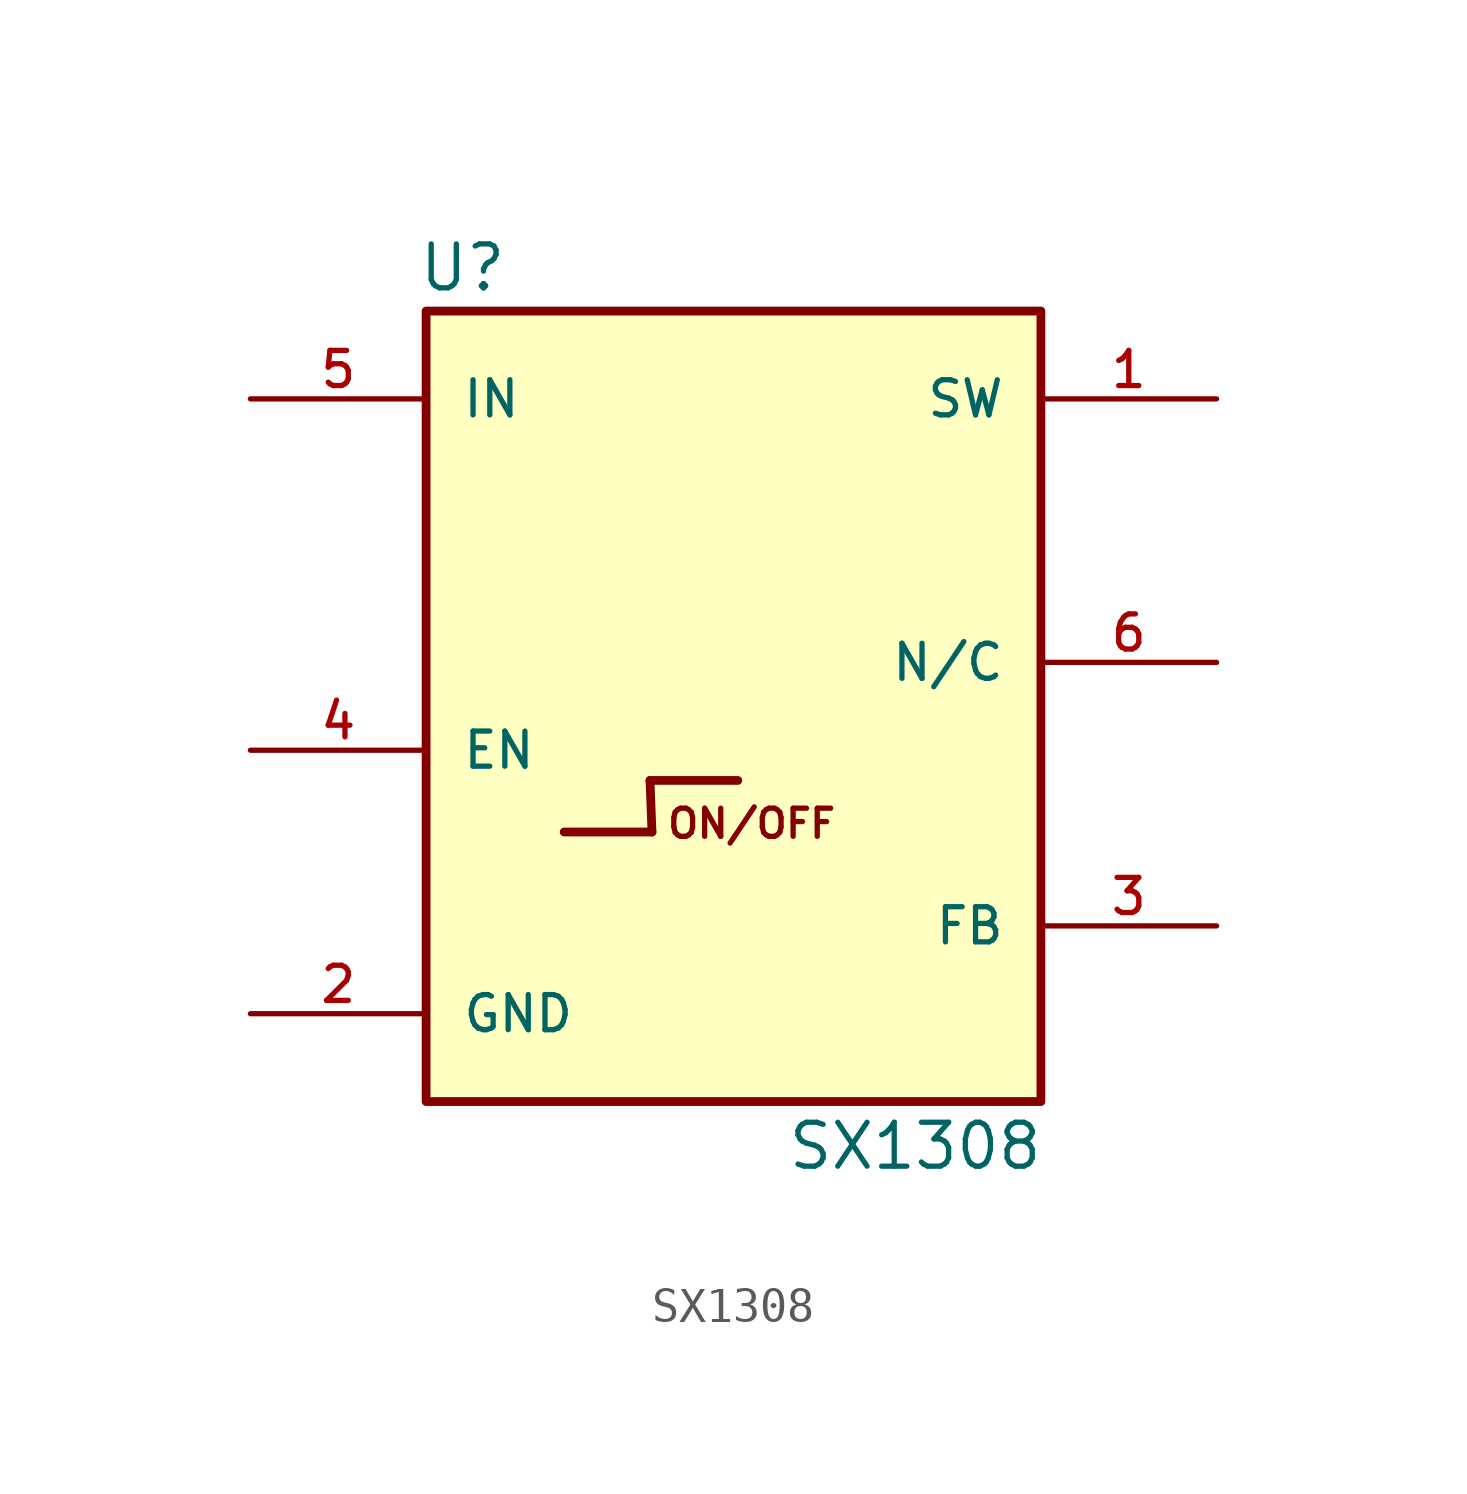
<source format=kicad_sym>
(kicad_symbol_lib
  (version 20231120)
  (generator "kicad_symbol_editor")
  (generator_version "8.0")
  (symbol "SX1308"
    (pin_names
      (offset 1.016))
    (property "Reference" "U"
      (at -18.034 15.748 0)
      (effects (font (size 1.27 1.27)) (justify left bottom)))
    (property "Value" "SX1308"
      (at -7.366 -9.652 0)
      (effects (font (size 1.27 1.27)) (justify left bottom)))
    (symbol "SX1308_0_0"
      (rectangle (start -17.78 -7.62) (end 0 15.24) (stroke (width 0.254) (type default)) (fill (type background)))
      (polyline (pts (xy -13.787 0.175) (xy -11.247 0.175)) (stroke (width 0.254) (type default)) (fill (type none)))
      (polyline (pts (xy -11.305 1.666) (xy -8.765 1.666)) (stroke (width 0.254) (type default)) (fill (type none)))
      (polyline (pts (xy -11.247 0.175) (xy -11.305 1.666)) (stroke (width 0.254) (type default)) (fill (type none)))
      (text "ON/OFF" (at -10.871 -0.058 0) (effects (font (size 0.814 0.814)) (justify left bottom)))
      (pin bidirectional line (at 5.08 12.7 180) (length 5.08) (name "SW" (effects (font (size 1.016 1.016)))) (number "1" (effects (font (size 1.016 1.016)))))
      (pin bidirectional line (at -22.86 -5.08 0) (length 5.08) (name "GND" (effects (font (size 1.016 1.016)))) (number "2" (effects (font (size 1.016 1.016)))))
      (pin bidirectional line (at 5.08 -2.54 180) (length 5.08) (name "FB" (effects (font (size 1.016 1.016)))) (number "3" (effects (font (size 1.016 1.016)))))
      (pin bidirectional line (at -22.86 2.54 0) (length 5.08) (name "EN" (effects (font (size 1.016 1.016)))) (number "4" (effects (font (size 1.016 1.016)))))
      (pin bidirectional line (at -22.86 12.7 0) (length 5.08) (name "IN" (effects (font (size 1.016 1.016)))) (number "5" (effects (font (size 1.016 1.016)))))
      (pin bidirectional line (at 5.08 5.08 180) (length 5.08) (name "N/C" (effects (font (size 1.016 1.016)))) (number "6" (effects (font (size 1.016 1.016))))))))
</source>
